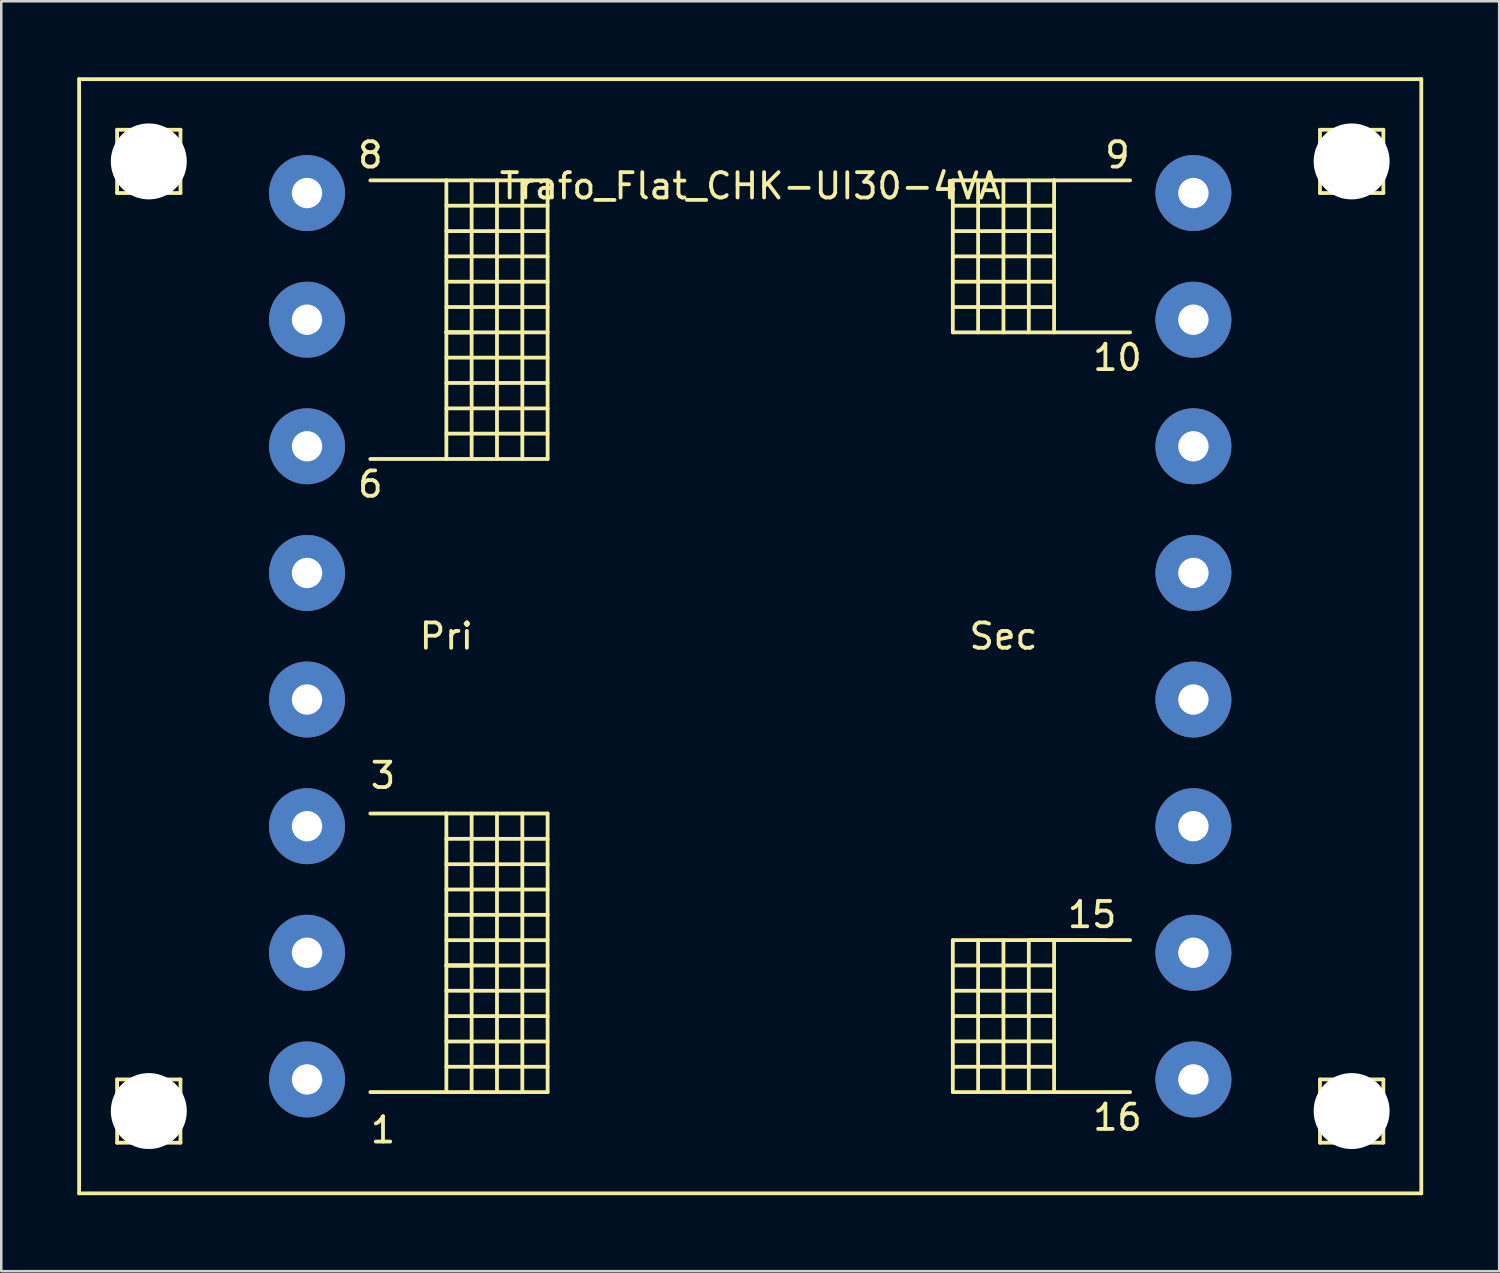
<source format=kicad_pcb>
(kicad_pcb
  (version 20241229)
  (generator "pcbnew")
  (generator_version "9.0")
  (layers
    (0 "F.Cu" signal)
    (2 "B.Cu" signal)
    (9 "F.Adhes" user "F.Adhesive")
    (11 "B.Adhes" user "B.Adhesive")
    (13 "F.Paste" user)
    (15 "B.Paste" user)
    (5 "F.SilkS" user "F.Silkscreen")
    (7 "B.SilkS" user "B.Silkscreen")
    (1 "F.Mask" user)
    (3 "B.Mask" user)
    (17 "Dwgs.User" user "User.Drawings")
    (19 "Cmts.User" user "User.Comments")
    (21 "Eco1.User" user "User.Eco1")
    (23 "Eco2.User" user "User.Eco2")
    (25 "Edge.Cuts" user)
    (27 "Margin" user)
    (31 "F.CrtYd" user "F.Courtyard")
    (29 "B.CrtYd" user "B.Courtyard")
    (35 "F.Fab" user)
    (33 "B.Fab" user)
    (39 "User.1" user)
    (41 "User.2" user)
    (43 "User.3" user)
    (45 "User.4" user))
  (footprint "Trafo_Flat_CHK-UI30-4VA"
    (layer "F.Cu")
    (at 26.575 22.074)
    (property "Reference" "Trafo_Flat_CHK-UI30-4VA" (at 0 -17.78 0) (layer "F.SilkS") (effects (font (size 1 1) (thickness 0.15))))
    (attr through_hole)
    (fp_line (start -26.5 -21.999) (end -26.5 21.999) (stroke (width 0.15) (type solid)) (layer "F.SilkS"))
    (fp_line (start -26.5 21.999) (end 26.5 21.999) (stroke (width 0.15) (type solid)) (layer "F.SilkS"))
    (fp_line (start -25.001 -20) (end -25.001 -17.501) (stroke (width 0.15) (type solid)) (layer "F.SilkS"))
    (fp_line (start -25.001 -17.501) (end -22.499 -17.501) (stroke (width 0.15) (type solid)) (layer "F.SilkS"))
    (fp_line (start -25.001 17.501) (end -25.001 20) (stroke (width 0.15) (type solid)) (layer "F.SilkS"))
    (fp_line (start -25.001 20) (end -22.499 20) (stroke (width 0.15) (type solid)) (layer "F.SilkS"))
    (fp_line (start -23.749 -20) (end -25.001 -20) (stroke (width 0.15) (type solid)) (layer "F.SilkS"))
    (fp_line (start -23.749 17.501) (end -25.001 17.501) (stroke (width 0.15) (type solid)) (layer "F.SilkS"))
    (fp_line (start -22.499 -20) (end -23.749 -20) (stroke (width 0.15) (type solid)) (layer "F.SilkS"))
    (fp_line (start -22.499 -17.501) (end -22.499 -20) (stroke (width 0.15) (type solid)) (layer "F.SilkS"))
    (fp_line (start -22.499 17.501) (end -23.749 17.501) (stroke (width 0.15) (type solid)) (layer "F.SilkS"))
    (fp_line (start -22.499 20) (end -22.499 17.501) (stroke (width 0.15) (type solid)) (layer "F.SilkS"))
    (fp_line (start -15.001 -18.001) (end -11.999 -18.001) (stroke (width 0.15) (type solid)) (layer "F.SilkS"))
    (fp_line (start -15.001 7) (end -11.999 7) (stroke (width 0.15) (type solid)) (layer "F.SilkS"))
    (fp_line (start -11.999 -18.001) (end -11.999 -7) (stroke (width 0.15) (type solid)) (layer "F.SilkS"))
    (fp_line (start -11.999 -18.001) (end -8.001 -18.001) (stroke (width 0.15) (type solid)) (layer "F.SilkS"))
    (fp_line (start -11.999 -17) (end -8.001 -17) (stroke (width 0.15) (type solid)) (layer "F.SilkS"))
    (fp_line (start -11.999 -15.999) (end -8.001 -15.999) (stroke (width 0.15) (type solid)) (layer "F.SilkS"))
    (fp_line (start -11.999 -15.001) (end -8.001 -15.001) (stroke (width 0.15) (type solid)) (layer "F.SilkS"))
    (fp_line (start -11.999 -14) (end -8.001 -14) (stroke (width 0.15) (type solid)) (layer "F.SilkS"))
    (fp_line (start -11.999 -13) (end -8.001 -13) (stroke (width 0.15) (type solid)) (layer "F.SilkS"))
    (fp_line (start -11.999 -11.999) (end -11.001 -11.999) (stroke (width 0.15) (type solid)) (layer "F.SilkS"))
    (fp_line (start -11.999 -11.001) (end -8.001 -11.001) (stroke (width 0.15) (type solid)) (layer "F.SilkS"))
    (fp_line (start -11.999 -8.999) (end -8.999 -8.999) (stroke (width 0.15) (type solid)) (layer "F.SilkS"))
    (fp_line (start -11.999 -7) (end -15.001 -7) (stroke (width 0.15) (type solid)) (layer "F.SilkS"))
    (fp_line (start -11.999 7) (end -11.999 18.001) (stroke (width 0.15) (type solid)) (layer "F.SilkS"))
    (fp_line (start -11.999 7) (end -8.001 7) (stroke (width 0.15) (type solid)) (layer "F.SilkS"))
    (fp_line (start -11.999 8.001) (end -8.001 8.001) (stroke (width 0.15) (type solid)) (layer "F.SilkS"))
    (fp_line (start -11.999 9.002) (end -8.001 9.002) (stroke (width 0.15) (type solid)) (layer "F.SilkS"))
    (fp_line (start -11.999 10) (end -8.001 10) (stroke (width 0.15) (type solid)) (layer "F.SilkS"))
    (fp_line (start -11.999 11.001) (end -8.001 11.001) (stroke (width 0.15) (type solid)) (layer "F.SilkS"))
    (fp_line (start -11.999 12.002) (end -8.001 12.002) (stroke (width 0.15) (type solid)) (layer "F.SilkS"))
    (fp_line (start -11.999 13.002) (end -11.001 13.002) (stroke (width 0.15) (type solid)) (layer "F.SilkS"))
    (fp_line (start -11.999 14) (end -8.001 14) (stroke (width 0.15) (type solid)) (layer "F.SilkS"))
    (fp_line (start -11.999 16.002) (end -8.999 16.002) (stroke (width 0.15) (type solid)) (layer "F.SilkS"))
    (fp_line (start -11.999 18.001) (end -15.001 18.001) (stroke (width 0.15) (type solid)) (layer "F.SilkS"))
    (fp_line (start -11.001 -18.001) (end -11.001 -7) (stroke (width 0.15) (type solid)) (layer "F.SilkS"))
    (fp_line (start -11.001 -11.999) (end -11.999 -11.999) (stroke (width 0.15) (type solid)) (layer "F.SilkS"))
    (fp_line (start -11.001 7) (end -11.001 18.001) (stroke (width 0.15) (type solid)) (layer "F.SilkS"))
    (fp_line (start -11.001 13.002) (end -11.999 13.002) (stroke (width 0.15) (type solid)) (layer "F.SilkS"))
    (fp_line (start -10 -7) (end -10 -18.001) (stroke (width 0.15) (type solid)) (layer "F.SilkS"))
    (fp_line (start -10 18.001) (end -10 7) (stroke (width 0.15) (type solid)) (layer "F.SilkS"))
    (fp_line (start -8.999 -18.001) (end -8.999 -7) (stroke (width 0.15) (type solid)) (layer "F.SilkS"))
    (fp_line (start -8.999 -8.999) (end -8.001 -8.999) (stroke (width 0.15) (type solid)) (layer "F.SilkS"))
    (fp_line (start -8.999 7) (end -8.999 18.001) (stroke (width 0.15) (type solid)) (layer "F.SilkS"))
    (fp_line (start -8.999 16.002) (end -8.001 16.002) (stroke (width 0.15) (type solid)) (layer "F.SilkS"))
    (fp_line (start -8.001 -18.001) (end -8.001 -7) (stroke (width 0.15) (type solid)) (layer "F.SilkS"))
    (fp_line (start -8.001 -11.999) (end -11.999 -11.999) (stroke (width 0.15) (type solid)) (layer "F.SilkS"))
    (fp_line (start -8.001 -10) (end -11.999 -10) (stroke (width 0.15) (type solid)) (layer "F.SilkS"))
    (fp_line (start -8.001 -8.001) (end -11.999 -8.001) (stroke (width 0.15) (type solid)) (layer "F.SilkS"))
    (fp_line (start -8.001 -7) (end -11.999 -7) (stroke (width 0.15) (type solid)) (layer "F.SilkS"))
    (fp_line (start -8.001 7) (end -8.001 18.001) (stroke (width 0.15) (type solid)) (layer "F.SilkS"))
    (fp_line (start -8.001 13.002) (end -11.999 13.002) (stroke (width 0.15) (type solid)) (layer "F.SilkS"))
    (fp_line (start -8.001 15.001) (end -11.999 15.001) (stroke (width 0.15) (type solid)) (layer "F.SilkS"))
    (fp_line (start -8.001 17) (end -11.999 17) (stroke (width 0.15) (type solid)) (layer "F.SilkS"))
    (fp_line (start -8.001 18.001) (end -11.999 18.001) (stroke (width 0.15) (type solid)) (layer "F.SilkS"))
    (fp_line (start 8.001 -18.001) (end 8.001 -11.999) (stroke (width 0.15) (type solid)) (layer "F.SilkS"))
    (fp_line (start 8.001 -17) (end 11.999 -17) (stroke (width 0.15) (type solid)) (layer "F.SilkS"))
    (fp_line (start 8.001 -15.001) (end 11.999 -15.001) (stroke (width 0.15) (type solid)) (layer "F.SilkS"))
    (fp_line (start 8.001 -14) (end 11.999 -14) (stroke (width 0.15) (type solid)) (layer "F.SilkS"))
    (fp_line (start 8.001 -11.999) (end 11.999 -11.999) (stroke (width 0.15) (type solid)) (layer "F.SilkS"))
    (fp_line (start 8.001 11.999) (end 8.001 18.001) (stroke (width 0.15) (type solid)) (layer "F.SilkS"))
    (fp_line (start 8.001 13) (end 11.999 13) (stroke (width 0.15) (type solid)) (layer "F.SilkS"))
    (fp_line (start 8.001 14.999) (end 11.999 14.999) (stroke (width 0.15) (type solid)) (layer "F.SilkS"))
    (fp_line (start 8.001 15.999) (end 11.999 15.999) (stroke (width 0.15) (type solid)) (layer "F.SilkS"))
    (fp_line (start 8.001 18.001) (end 11.999 18.001) (stroke (width 0.15) (type solid)) (layer "F.SilkS"))
    (fp_line (start 8.999 -18.001) (end 8.999 -11.999) (stroke (width 0.15) (type solid)) (layer "F.SilkS"))
    (fp_line (start 8.999 11.999) (end 8.999 18.001) (stroke (width 0.15) (type solid)) (layer "F.SilkS"))
    (fp_line (start 10 -18.001) (end 10 -11.999) (stroke (width 0.15) (type solid)) (layer "F.SilkS"))
    (fp_line (start 10 11.999) (end 10 18.001) (stroke (width 0.15) (type solid)) (layer "F.SilkS"))
    (fp_line (start 11.001 -18.001) (end 11.001 -11.999) (stroke (width 0.15) (type solid)) (layer "F.SilkS"))
    (fp_line (start 11.001 11.999) (end 11.001 18.001) (stroke (width 0.15) (type solid)) (layer "F.SilkS"))
    (fp_line (start 11.999 -18.001) (end 8.001 -18.001) (stroke (width 0.15) (type solid)) (layer "F.SilkS"))
    (fp_line (start 11.999 -18.001) (end 11.999 -11.999) (stroke (width 0.15) (type solid)) (layer "F.SilkS"))
    (fp_line (start 11.999 -15.999) (end 8.001 -15.999) (stroke (width 0.15) (type solid)) (layer "F.SilkS"))
    (fp_line (start 11.999 -13) (end 8.001 -13) (stroke (width 0.15) (type solid)) (layer "F.SilkS"))
    (fp_line (start 11.999 -11.999) (end 15.001 -11.999) (stroke (width 0.15) (type solid)) (layer "F.SilkS"))
    (fp_line (start 11.999 11.999) (end 8.001 11.999) (stroke (width 0.15) (type solid)) (layer "F.SilkS"))
    (fp_line (start 11.999 11.999) (end 11.999 18.001) (stroke (width 0.15) (type solid)) (layer "F.SilkS"))
    (fp_line (start 11.999 14) (end 8.001 14) (stroke (width 0.15) (type solid)) (layer "F.SilkS"))
    (fp_line (start 11.999 17) (end 8.001 17) (stroke (width 0.15) (type solid)) (layer "F.SilkS"))
    (fp_line (start 11.999 18.001) (end 15.001 18.001) (stroke (width 0.15) (type solid)) (layer "F.SilkS"))
    (fp_line (start 14 11.999) (end 10.998 11.999) (stroke (width 0.15) (type solid)) (layer "F.SilkS"))
    (fp_line (start 15.001 -18.001) (end 11.999 -18.001) (stroke (width 0.15) (type solid)) (layer "F.SilkS"))
    (fp_line (start 15.001 11.999) (end 11.999 11.999) (stroke (width 0.15) (type solid)) (layer "F.SilkS"))
    (fp_line (start 22.499 -20) (end 22.499 -17.501) (stroke (width 0.15) (type solid)) (layer "F.SilkS"))
    (fp_line (start 22.499 -17.501) (end 25.001 -17.501) (stroke (width 0.15) (type solid)) (layer "F.SilkS"))
    (fp_line (start 22.499 17.501) (end 22.499 20) (stroke (width 0.15) (type solid)) (layer "F.SilkS"))
    (fp_line (start 22.499 20) (end 25.001 20) (stroke (width 0.15) (type solid)) (layer "F.SilkS"))
    (fp_line (start 23.749 -20) (end 22.499 -20) (stroke (width 0.15) (type solid)) (layer "F.SilkS"))
    (fp_line (start 23.749 17.501) (end 22.499 17.501) (stroke (width 0.15) (type solid)) (layer "F.SilkS"))
    (fp_line (start 25.001 -20) (end 23.749 -20) (stroke (width 0.15) (type solid)) (layer "F.SilkS"))
    (fp_line (start 25.001 -17.501) (end 25.001 -20) (stroke (width 0.15) (type solid)) (layer "F.SilkS"))
    (fp_line (start 25.001 17.501) (end 23.749 17.501) (stroke (width 0.15) (type solid)) (layer "F.SilkS"))
    (fp_line (start 25.001 20) (end 25.001 17.501) (stroke (width 0.15) (type solid)) (layer "F.SilkS"))
    (fp_line (start 26.5 -21.999) (end -26.5 -21.999) (stroke (width 0.15) (type solid)) (layer "F.SilkS"))
    (fp_line (start 26.5 21.999) (end 26.5 -21.999) (stroke (width 0.15) (type solid)) (layer "F.SilkS"))
    (fp_text user "9" (at 14.501 -19.002 0) (layer "F.SilkS") (effects (font (size 1 1) (thickness 0.15))))
    (fp_text user "10" (at 14.501 -11.003 0) (layer "F.SilkS") (effects (font (size 1 1) (thickness 0.15))))
    (fp_text user "Pri" (at -11.999 0 0) (layer "F.SilkS") (effects (font (size 1 1) (thickness 0.15))))
    (fp_text user "6" (at -15.001 -6.002 0) (layer "F.SilkS") (effects (font (size 1 1) (thickness 0.15))))
    (fp_text user "3" (at -14.501 5.499 0) (layer "F.SilkS") (effects (font (size 1 1) (thickness 0.15))))
    (fp_text user "16" (at 14.501 18.999 0) (layer "F.SilkS") (effects (font (size 1 1) (thickness 0.15))))
    (fp_text user "Sec" (at 10 0 0) (layer "F.SilkS") (effects (font (size 1 1) (thickness 0.15))))
    (fp_text user "1" (at -14.501 19.5 0) (layer "F.SilkS") (effects (font (size 1 1) (thickness 0.15))))
    (fp_text user "15" (at 13.5 10.998 0) (layer "F.SilkS") (effects (font (size 1 1) (thickness 0.15))))
    (fp_text user "8" (at -15.001 -19.002 0) (layer "F.SilkS") (effects (font (size 1 1) (thickness 0.15))))
    (pad "" np_thru_hole circle (at -23.749 -18.75) (size 3 3) (drill 3) (layers "*.Cu" "*.Mask"))
    (pad "" np_thru_hole circle (at -23.749 18.75) (size 3 3) (drill 3) (layers "*.Cu" "*.Mask"))
    (pad "" np_thru_hole circle (at 23.749 -18.75) (size 3 3) (drill 3) (layers "*.Cu" "*.Mask"))
    (pad "" np_thru_hole circle (at 23.749 18.75) (size 3 3) (drill 3) (layers "*.Cu" "*.Mask"))
    (pad "1" thru_hole circle (at -17.501 17.501) (size 3 3) (drill 1.199) (layers "*.Cu" "*.Mask"))
    (pad "2" thru_hole circle (at -17.501 12.499) (size 3 3) (drill 1.199) (layers "*.Cu" "*.Mask"))
    (pad "3" thru_hole circle (at -17.501 7.501) (size 3 3) (drill 1.199) (layers "*.Cu" "*.Mask"))
    (pad "4" thru_hole circle (at -17.501 2.499) (size 3 3) (drill 1.199) (layers "*.Cu" "*.Mask"))
    (pad "5" thru_hole circle (at -17.501 -2.499) (size 3 3) (drill 1.199) (layers "*.Cu" "*.Mask"))
    (pad "6" thru_hole circle (at -17.501 -7.501) (size 3 3) (drill 1.199) (layers "*.Cu" "*.Mask"))
    (pad "7" thru_hole circle (at -17.501 -12.499) (size 3 3) (drill 1.199) (layers "*.Cu" "*.Mask"))
    (pad "8" thru_hole circle (at -17.501 -17.501) (size 3 3) (drill 1.199) (layers "*.Cu" "*.Mask"))
    (pad "9" thru_hole circle (at 17.501 -17.501) (size 3 3) (drill 1.199) (layers "*.Cu" "*.Mask"))
    (pad "10" thru_hole circle (at 17.501 -12.499) (size 3 3) (drill 1.199) (layers "*.Cu" "*.Mask"))
    (pad "11" thru_hole circle (at 17.501 -7.501) (size 3 3) (drill 1.199) (layers "*.Cu" "*.Mask"))
    (pad "12" thru_hole circle (at 17.501 -2.499) (size 3 3) (drill 1.199) (layers "*.Cu" "*.Mask"))
    (pad "13" thru_hole circle (at 17.501 2.499) (size 3 3) (drill 1.199) (layers "*.Cu" "*.Mask"))
    (pad "14" thru_hole circle (at 17.501 7.501) (size 3 3) (drill 1.199) (layers "*.Cu" "*.Mask"))
    (pad "15" thru_hole circle (at 17.501 12.499) (size 3 3) (drill 1.199) (layers "*.Cu" "*.Mask"))
    (pad "16" thru_hole circle (at 17.501 17.501) (size 3 3) (drill 1.199) (layers "*.Cu" "*.Mask")))
  (gr_rect
    (start -3 -3)
    (end 56.15 47.148)
    (stroke (width 0.1) (type default))
    (fill no)
    (layer "Edge.Cuts")))
</source>
